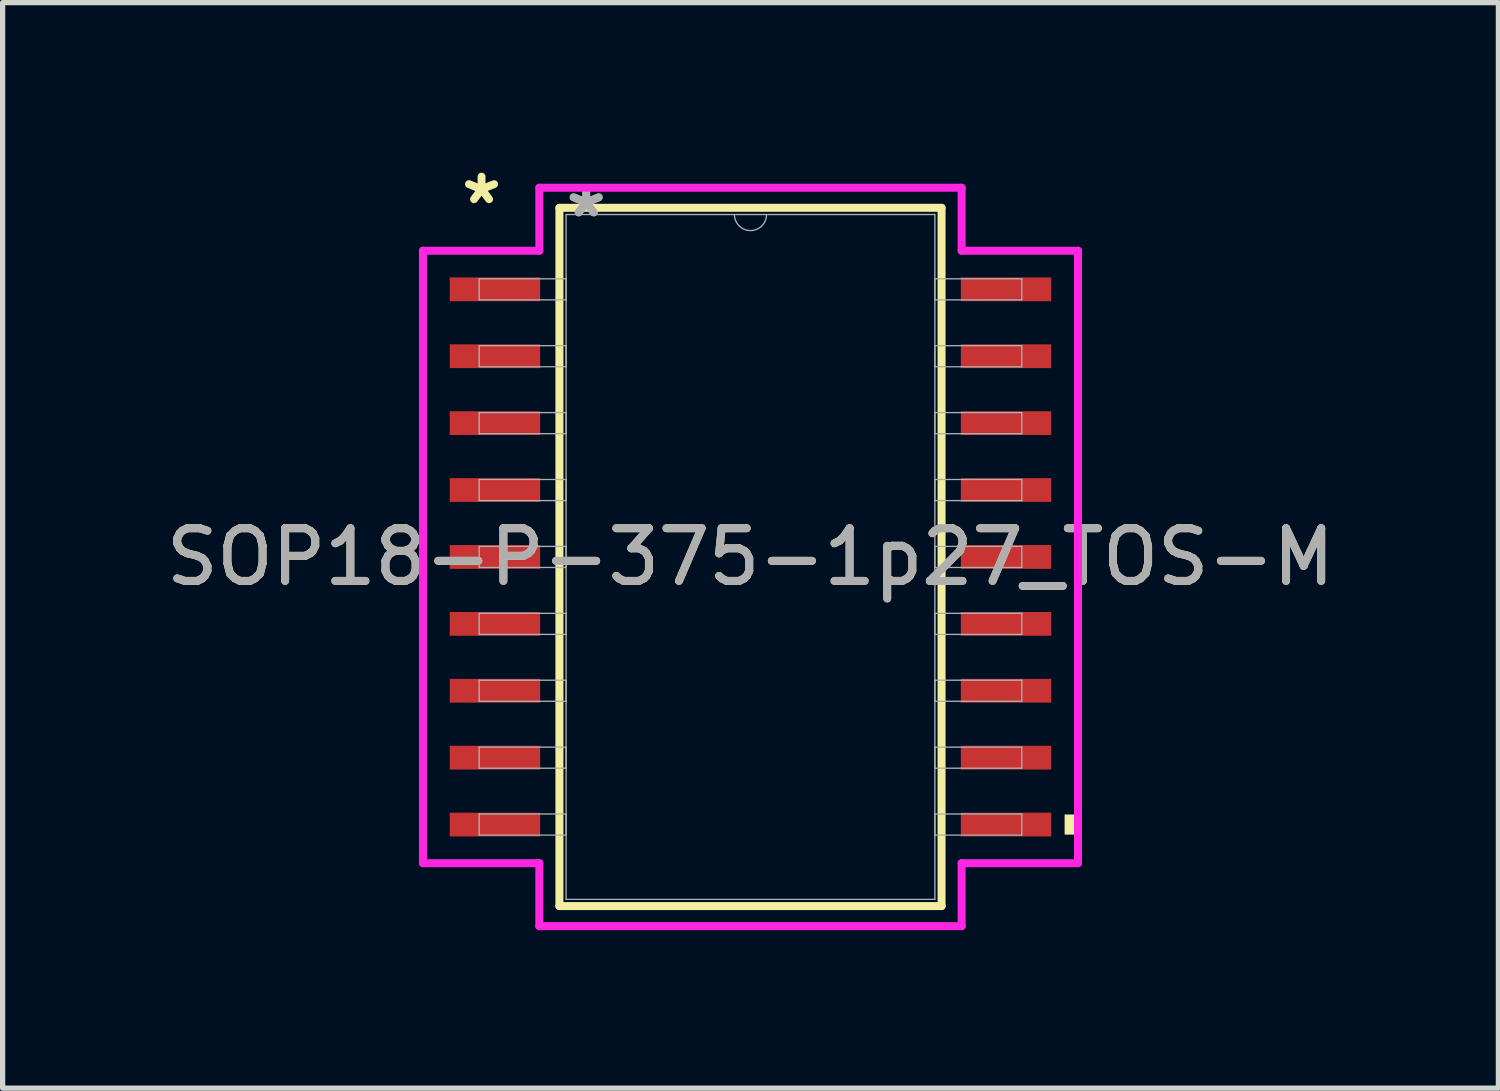
<source format=kicad_pcb>
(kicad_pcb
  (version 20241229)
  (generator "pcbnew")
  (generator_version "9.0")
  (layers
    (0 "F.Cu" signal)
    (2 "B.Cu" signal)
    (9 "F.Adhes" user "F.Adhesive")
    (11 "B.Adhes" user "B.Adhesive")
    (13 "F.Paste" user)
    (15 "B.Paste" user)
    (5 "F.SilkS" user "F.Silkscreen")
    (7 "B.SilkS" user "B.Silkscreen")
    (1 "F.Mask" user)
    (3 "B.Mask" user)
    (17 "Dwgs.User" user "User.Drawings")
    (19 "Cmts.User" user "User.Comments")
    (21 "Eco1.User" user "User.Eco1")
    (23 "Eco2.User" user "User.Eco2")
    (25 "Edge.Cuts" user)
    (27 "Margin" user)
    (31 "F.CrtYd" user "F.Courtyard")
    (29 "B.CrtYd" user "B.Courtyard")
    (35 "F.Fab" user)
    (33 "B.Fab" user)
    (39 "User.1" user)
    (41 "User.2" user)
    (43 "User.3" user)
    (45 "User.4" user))
  (footprint "SOP18-P-375-1p27_TOS-M"
    (layer "F.Cu")
    (at 11.196 7.522)
    (property "Reference" "SOP18-P-375-1p27_TOS-M" (at 0 0 0) (unlocked yes) (layer "F.SilkS") (effects (font (size 1 1) (thickness 0.15))))
    (attr smd)
    (fp_line (start -3.627 -6.627) (end -3.627 6.627) (stroke (width 0.152) (type solid)) (layer "F.SilkS"))
    (fp_line (start -3.627 6.627) (end 3.627 6.627) (stroke (width 0.152) (type solid)) (layer "F.SilkS"))
    (fp_line (start 3.627 -6.627) (end -3.627 -6.627) (stroke (width 0.152) (type solid)) (layer "F.SilkS"))
    (fp_line (start 3.627 6.627) (end 3.627 -6.627) (stroke (width 0.152) (type solid)) (layer "F.SilkS"))
    (fp_poly (pts (xy 6.217 4.889) (xy 6.217 5.271) (xy 5.963 5.271) (xy 5.963 4.889)) (stroke (width 0) (type solid)) (fill yes) (layer "F.SilkS"))
    (fp_line (start -6.217 -5.813) (end -4.008 -5.813) (stroke (width 0.152) (type solid)) (layer "F.CrtYd"))
    (fp_line (start -6.217 5.813) (end -6.217 -5.813) (stroke (width 0.152) (type solid)) (layer "F.CrtYd"))
    (fp_line (start -6.217 5.813) (end -4.008 5.813) (stroke (width 0.152) (type solid)) (layer "F.CrtYd"))
    (fp_line (start -4.008 -7.008) (end 4.008 -7.008) (stroke (width 0.152) (type solid)) (layer "F.CrtYd"))
    (fp_line (start -4.008 -5.813) (end -4.008 -7.008) (stroke (width 0.152) (type solid)) (layer "F.CrtYd"))
    (fp_line (start -4.008 7.008) (end -4.008 5.813) (stroke (width 0.152) (type solid)) (layer "F.CrtYd"))
    (fp_line (start 4.008 -7.008) (end 4.008 -5.813) (stroke (width 0.152) (type solid)) (layer "F.CrtYd"))
    (fp_line (start 4.008 5.813) (end 4.008 7.008) (stroke (width 0.152) (type solid)) (layer "F.CrtYd"))
    (fp_line (start 4.008 7.008) (end -4.008 7.008) (stroke (width 0.152) (type solid)) (layer "F.CrtYd"))
    (fp_line (start 6.217 -5.813) (end 4.008 -5.813) (stroke (width 0.152) (type solid)) (layer "F.CrtYd"))
    (fp_line (start 6.217 -5.813) (end 6.217 5.813) (stroke (width 0.152) (type solid)) (layer "F.CrtYd"))
    (fp_line (start 6.217 5.813) (end 4.008 5.813) (stroke (width 0.152) (type solid)) (layer "F.CrtYd"))
    (fp_line (start -5.15 -5.28) (end -5.15 -4.88) (stroke (width 0.025) (type solid)) (layer "F.Fab"))
    (fp_line (start -5.15 -4.88) (end -3.5 -4.88) (stroke (width 0.025) (type solid)) (layer "F.Fab"))
    (fp_line (start -5.15 -4.01) (end -5.15 -3.61) (stroke (width 0.025) (type solid)) (layer "F.Fab"))
    (fp_line (start -5.15 -3.61) (end -3.5 -3.61) (stroke (width 0.025) (type solid)) (layer "F.Fab"))
    (fp_line (start -5.15 -2.74) (end -5.15 -2.34) (stroke (width 0.025) (type solid)) (layer "F.Fab"))
    (fp_line (start -5.15 -2.34) (end -3.5 -2.34) (stroke (width 0.025) (type solid)) (layer "F.Fab"))
    (fp_line (start -5.15 -1.47) (end -5.15 -1.07) (stroke (width 0.025) (type solid)) (layer "F.Fab"))
    (fp_line (start -5.15 -1.07) (end -3.5 -1.07) (stroke (width 0.025) (type solid)) (layer "F.Fab"))
    (fp_line (start -5.15 -0.2) (end -5.15 0.2) (stroke (width 0.025) (type solid)) (layer "F.Fab"))
    (fp_line (start -5.15 0.2) (end -3.5 0.2) (stroke (width 0.025) (type solid)) (layer "F.Fab"))
    (fp_line (start -5.15 1.07) (end -5.15 1.47) (stroke (width 0.025) (type solid)) (layer "F.Fab"))
    (fp_line (start -5.15 1.47) (end -3.5 1.47) (stroke (width 0.025) (type solid)) (layer "F.Fab"))
    (fp_line (start -5.15 2.34) (end -5.15 2.74) (stroke (width 0.025) (type solid)) (layer "F.Fab"))
    (fp_line (start -5.15 2.74) (end -3.5 2.74) (stroke (width 0.025) (type solid)) (layer "F.Fab"))
    (fp_line (start -5.15 3.61) (end -5.15 4.01) (stroke (width 0.025) (type solid)) (layer "F.Fab"))
    (fp_line (start -5.15 4.01) (end -3.5 4.01) (stroke (width 0.025) (type solid)) (layer "F.Fab"))
    (fp_line (start -5.15 4.88) (end -5.15 5.28) (stroke (width 0.025) (type solid)) (layer "F.Fab"))
    (fp_line (start -5.15 5.28) (end -3.5 5.28) (stroke (width 0.025) (type solid)) (layer "F.Fab"))
    (fp_line (start -3.5 -6.5) (end -3.5 6.5) (stroke (width 0.025) (type solid)) (layer "F.Fab"))
    (fp_line (start -3.5 6.5) (end 3.5 6.5) (stroke (width 0.025) (type solid)) (layer "F.Fab"))
    (fp_line (start -3.5 -5.28) (end -5.15 -5.28) (stroke (width 0.025) (type solid)) (layer "F.Fab"))
    (fp_line (start -3.5 -4.88) (end -3.5 -5.28) (stroke (width 0.025) (type solid)) (layer "F.Fab"))
    (fp_line (start -3.5 -4.01) (end -5.15 -4.01) (stroke (width 0.025) (type solid)) (layer "F.Fab"))
    (fp_line (start -3.5 -3.61) (end -3.5 -4.01) (stroke (width 0.025) (type solid)) (layer "F.Fab"))
    (fp_line (start -3.5 -2.74) (end -5.15 -2.74) (stroke (width 0.025) (type solid)) (layer "F.Fab"))
    (fp_line (start -3.5 -2.34) (end -3.5 -2.74) (stroke (width 0.025) (type solid)) (layer "F.Fab"))
    (fp_line (start -3.5 -1.47) (end -5.15 -1.47) (stroke (width 0.025) (type solid)) (layer "F.Fab"))
    (fp_line (start -3.5 -1.07) (end -3.5 -1.47) (stroke (width 0.025) (type solid)) (layer "F.Fab"))
    (fp_line (start -3.5 -0.2) (end -5.15 -0.2) (stroke (width 0.025) (type solid)) (layer "F.Fab"))
    (fp_line (start -3.5 0.2) (end -3.5 -0.2) (stroke (width 0.025) (type solid)) (layer "F.Fab"))
    (fp_line (start -3.5 1.07) (end -5.15 1.07) (stroke (width 0.025) (type solid)) (layer "F.Fab"))
    (fp_line (start -3.5 1.47) (end -3.5 1.07) (stroke (width 0.025) (type solid)) (layer "F.Fab"))
    (fp_line (start -3.5 2.34) (end -5.15 2.34) (stroke (width 0.025) (type solid)) (layer "F.Fab"))
    (fp_line (start -3.5 2.74) (end -3.5 2.34) (stroke (width 0.025) (type solid)) (layer "F.Fab"))
    (fp_line (start -3.5 3.61) (end -5.15 3.61) (stroke (width 0.025) (type solid)) (layer "F.Fab"))
    (fp_line (start -3.5 4.01) (end -3.5 3.61) (stroke (width 0.025) (type solid)) (layer "F.Fab"))
    (fp_line (start -3.5 4.88) (end -5.15 4.88) (stroke (width 0.025) (type solid)) (layer "F.Fab"))
    (fp_line (start -3.5 5.28) (end -3.5 4.88) (stroke (width 0.025) (type solid)) (layer "F.Fab"))
    (fp_line (start 3.5 -5.28) (end 3.5 -4.88) (stroke (width 0.025) (type solid)) (layer "F.Fab"))
    (fp_line (start 3.5 -4.88) (end 5.15 -4.88) (stroke (width 0.025) (type solid)) (layer "F.Fab"))
    (fp_line (start 3.5 -4.01) (end 3.5 -3.61) (stroke (width 0.025) (type solid)) (layer "F.Fab"))
    (fp_line (start 3.5 -3.61) (end 5.15 -3.61) (stroke (width 0.025) (type solid)) (layer "F.Fab"))
    (fp_line (start 3.5 -2.74) (end 3.5 -2.34) (stroke (width 0.025) (type solid)) (layer "F.Fab"))
    (fp_line (start 3.5 -2.34) (end 5.15 -2.34) (stroke (width 0.025) (type solid)) (layer "F.Fab"))
    (fp_line (start 3.5 -1.47) (end 3.5 -1.07) (stroke (width 0.025) (type solid)) (layer "F.Fab"))
    (fp_line (start 3.5 -1.07) (end 5.15 -1.07) (stroke (width 0.025) (type solid)) (layer "F.Fab"))
    (fp_line (start 3.5 -0.2) (end 3.5 0.2) (stroke (width 0.025) (type solid)) (layer "F.Fab"))
    (fp_line (start 3.5 0.2) (end 5.15 0.2) (stroke (width 0.025) (type solid)) (layer "F.Fab"))
    (fp_line (start 3.5 1.07) (end 3.5 1.47) (stroke (width 0.025) (type solid)) (layer "F.Fab"))
    (fp_line (start 3.5 1.47) (end 5.15 1.47) (stroke (width 0.025) (type solid)) (layer "F.Fab"))
    (fp_line (start 3.5 2.34) (end 3.5 2.74) (stroke (width 0.025) (type solid)) (layer "F.Fab"))
    (fp_line (start 3.5 2.74) (end 5.15 2.74) (stroke (width 0.025) (type solid)) (layer "F.Fab"))
    (fp_line (start 3.5 3.61) (end 3.5 4.01) (stroke (width 0.025) (type solid)) (layer "F.Fab"))
    (fp_line (start 3.5 4.01) (end 5.15 4.01) (stroke (width 0.025) (type solid)) (layer "F.Fab"))
    (fp_line (start 3.5 4.88) (end 3.5 5.28) (stroke (width 0.025) (type solid)) (layer "F.Fab"))
    (fp_line (start 3.5 5.28) (end 5.15 5.28) (stroke (width 0.025) (type solid)) (layer "F.Fab"))
    (fp_line (start 3.5 -6.5) (end -3.5 -6.5) (stroke (width 0.025) (type solid)) (layer "F.Fab"))
    (fp_line (start 3.5 6.5) (end 3.5 -6.5) (stroke (width 0.025) (type solid)) (layer "F.Fab"))
    (fp_line (start 5.15 -5.28) (end 3.5 -5.28) (stroke (width 0.025) (type solid)) (layer "F.Fab"))
    (fp_line (start 5.15 -4.88) (end 5.15 -5.28) (stroke (width 0.025) (type solid)) (layer "F.Fab"))
    (fp_line (start 5.15 -4.01) (end 3.5 -4.01) (stroke (width 0.025) (type solid)) (layer "F.Fab"))
    (fp_line (start 5.15 -3.61) (end 5.15 -4.01) (stroke (width 0.025) (type solid)) (layer "F.Fab"))
    (fp_line (start 5.15 -2.74) (end 3.5 -2.74) (stroke (width 0.025) (type solid)) (layer "F.Fab"))
    (fp_line (start 5.15 -2.34) (end 5.15 -2.74) (stroke (width 0.025) (type solid)) (layer "F.Fab"))
    (fp_line (start 5.15 -1.47) (end 3.5 -1.47) (stroke (width 0.025) (type solid)) (layer "F.Fab"))
    (fp_line (start 5.15 -1.07) (end 5.15 -1.47) (stroke (width 0.025) (type solid)) (layer "F.Fab"))
    (fp_line (start 5.15 -0.2) (end 3.5 -0.2) (stroke (width 0.025) (type solid)) (layer "F.Fab"))
    (fp_line (start 5.15 0.2) (end 5.15 -0.2) (stroke (width 0.025) (type solid)) (layer "F.Fab"))
    (fp_line (start 5.15 1.07) (end 3.5 1.07) (stroke (width 0.025) (type solid)) (layer "F.Fab"))
    (fp_line (start 5.15 1.47) (end 5.15 1.07) (stroke (width 0.025) (type solid)) (layer "F.Fab"))
    (fp_line (start 5.15 2.34) (end 3.5 2.34) (stroke (width 0.025) (type solid)) (layer "F.Fab"))
    (fp_line (start 5.15 2.74) (end 5.15 2.34) (stroke (width 0.025) (type solid)) (layer "F.Fab"))
    (fp_line (start 5.15 3.61) (end 3.5 3.61) (stroke (width 0.025) (type solid)) (layer "F.Fab"))
    (fp_line (start 5.15 4.01) (end 5.15 3.61) (stroke (width 0.025) (type solid)) (layer "F.Fab"))
    (fp_line (start 5.15 4.88) (end 3.5 4.88) (stroke (width 0.025) (type solid)) (layer "F.Fab"))
    (fp_line (start 5.15 5.28) (end 5.15 4.88) (stroke (width 0.025) (type solid)) (layer "F.Fab"))
    (fp_arc (start 0.3048 -6.5) (mid 0 -6.1952) (end -0.3048 -6.5) (stroke (width 0.0254) (type solid)) (layer "F.Fab"))
    (fp_text user "*" (at -5.105 -6.674 0) (unlocked yes) (layer "F.SilkS") (effects (font (size 1 1) (thickness 0.15))))
    (fp_text user "*" (at -3.119 -6.424 0) (layer "F.Fab") (effects (font (size 1 1) (thickness 0.15))))
    (fp_text user "*" (at -3.119 -6.424 0) (unlocked yes) (layer "F.Fab") (effects (font (size 1 1) (thickness 0.15))))
    (fp_text user "${REFERENCE}" (at 0 0 0) (unlocked yes) (layer "F.Fab") (effects (font (size 1 1) (thickness 0.15))))
    (pad "1" smd rect (at -4.851 -5.08) (size 1.716 0.451) (layers "F.Cu" "F.Mask" "F.Paste"))
    (pad "2" smd rect (at -4.851 -3.81) (size 1.716 0.451) (layers "F.Cu" "F.Mask" "F.Paste"))
    (pad "3" smd rect (at -4.851 -2.54) (size 1.716 0.451) (layers "F.Cu" "F.Mask" "F.Paste"))
    (pad "4" smd rect (at -4.851 -1.27) (size 1.716 0.451) (layers "F.Cu" "F.Mask" "F.Paste"))
    (pad "5" smd rect (at -4.851 0) (size 1.716 0.451) (layers "F.Cu" "F.Mask" "F.Paste"))
    (pad "6" smd rect (at -4.851 1.27) (size 1.716 0.451) (layers "F.Cu" "F.Mask" "F.Paste"))
    (pad "7" smd rect (at -4.851 2.54) (size 1.716 0.451) (layers "F.Cu" "F.Mask" "F.Paste"))
    (pad "8" smd rect (at -4.851 3.81) (size 1.716 0.451) (layers "F.Cu" "F.Mask" "F.Paste"))
    (pad "9" smd rect (at -4.851 5.08) (size 1.716 0.451) (layers "F.Cu" "F.Mask" "F.Paste"))
    (pad "10" smd rect (at 4.851 5.08) (size 1.716 0.451) (layers "F.Cu" "F.Mask" "F.Paste"))
    (pad "11" smd rect (at 4.851 3.81) (size 1.716 0.451) (layers "F.Cu" "F.Mask" "F.Paste"))
    (pad "12" smd rect (at 4.851 2.54) (size 1.716 0.451) (layers "F.Cu" "F.Mask" "F.Paste"))
    (pad "13" smd rect (at 4.851 1.27) (size 1.716 0.451) (layers "F.Cu" "F.Mask" "F.Paste"))
    (pad "14" smd rect (at 4.851 0) (size 1.716 0.451) (layers "F.Cu" "F.Mask" "F.Paste"))
    (pad "15" smd rect (at 4.851 -1.27) (size 1.716 0.451) (layers "F.Cu" "F.Mask" "F.Paste"))
    (pad "16" smd rect (at 4.851 -2.54) (size 1.716 0.451) (layers "F.Cu" "F.Mask" "F.Paste"))
    (pad "17" smd rect (at 4.851 -3.81) (size 1.716 0.451) (layers "F.Cu" "F.Mask" "F.Paste"))
    (pad "18" smd rect (at 4.851 -5.08) (size 1.716 0.451) (layers "F.Cu" "F.Mask" "F.Paste")))
  (gr_rect
    (start -3 -3)
    (end 25.393 17.606)
    (stroke (width 0.1) (type default))
    (fill no)
    (layer "Edge.Cuts")))
</source>
